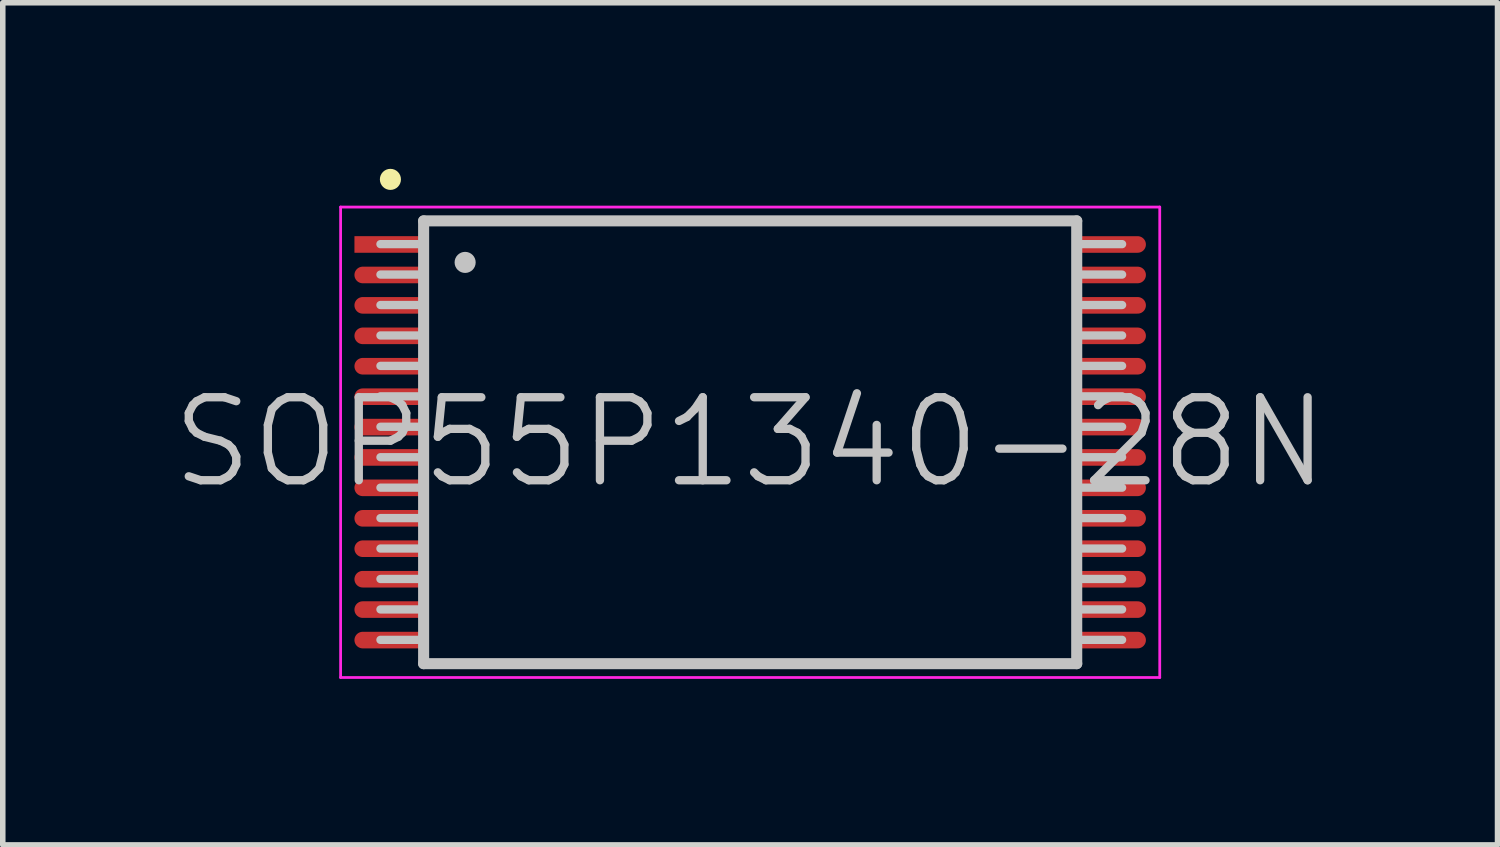
<source format=kicad_pcb>
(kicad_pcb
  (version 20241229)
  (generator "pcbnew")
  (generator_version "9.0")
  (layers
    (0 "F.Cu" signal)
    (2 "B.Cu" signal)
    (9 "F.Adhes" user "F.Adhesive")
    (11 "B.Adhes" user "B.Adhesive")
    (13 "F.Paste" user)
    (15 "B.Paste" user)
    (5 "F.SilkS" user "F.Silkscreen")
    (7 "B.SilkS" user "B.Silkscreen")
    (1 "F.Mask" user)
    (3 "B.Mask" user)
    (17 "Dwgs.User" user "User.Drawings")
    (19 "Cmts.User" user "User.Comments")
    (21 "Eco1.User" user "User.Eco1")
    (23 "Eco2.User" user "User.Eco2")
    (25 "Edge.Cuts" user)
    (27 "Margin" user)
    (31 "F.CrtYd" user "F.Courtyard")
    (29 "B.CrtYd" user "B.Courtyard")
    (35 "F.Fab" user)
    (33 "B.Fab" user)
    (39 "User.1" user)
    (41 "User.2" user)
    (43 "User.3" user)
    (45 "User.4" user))
  (footprint "SOP55P1340-28N"
    (layer "F.Cu")
    (at 10.504 4.941)
    (property "Reference" "SOP55P1340-28N" (at 0 0 0) (layer "Dwgs.User") (effects (font (size 1.5 1.5) (thickness 0.15))))
    (attr smd)
    (fp_line (start -6.5 -4.75) (end -6.5 -4.75) (stroke (width 0.381) (type solid)) (layer "F.SilkS"))
    (fp_line (start -6.68 -3.58) (end -5.88 -3.58) (stroke (width 0.15) (type solid)) (layer "Dwgs.User"))
    (fp_line (start -6.68 -3.03) (end -5.88 -3.03) (stroke (width 0.15) (type solid)) (layer "Dwgs.User"))
    (fp_line (start -6.68 -2.48) (end -5.88 -2.48) (stroke (width 0.15) (type solid)) (layer "Dwgs.User"))
    (fp_line (start -6.68 -1.93) (end -5.88 -1.93) (stroke (width 0.15) (type solid)) (layer "Dwgs.User"))
    (fp_line (start -6.68 -1.38) (end -5.88 -1.38) (stroke (width 0.15) (type solid)) (layer "Dwgs.User"))
    (fp_line (start -6.68 -0.83) (end -5.88 -0.83) (stroke (width 0.15) (type solid)) (layer "Dwgs.User"))
    (fp_line (start -6.68 -0.28) (end -5.88 -0.28) (stroke (width 0.15) (type solid)) (layer "Dwgs.User"))
    (fp_line (start -6.68 0.27) (end -5.88 0.27) (stroke (width 0.15) (type solid)) (layer "Dwgs.User"))
    (fp_line (start -6.68 0.82) (end -5.88 0.82) (stroke (width 0.15) (type solid)) (layer "Dwgs.User"))
    (fp_line (start -6.68 1.37) (end -5.88 1.37) (stroke (width 0.15) (type solid)) (layer "Dwgs.User"))
    (fp_line (start -6.68 1.92) (end -5.88 1.92) (stroke (width 0.15) (type solid)) (layer "Dwgs.User"))
    (fp_line (start -6.68 2.47) (end -5.88 2.47) (stroke (width 0.15) (type solid)) (layer "Dwgs.User"))
    (fp_line (start -6.68 3.02) (end -5.88 3.02) (stroke (width 0.15) (type solid)) (layer "Dwgs.User"))
    (fp_line (start -6.68 3.57) (end -5.88 3.57) (stroke (width 0.15) (type solid)) (layer "Dwgs.User"))
    (fp_line (start -5.9 -4) (end -5.9 4) (stroke (width 0.2) (type solid)) (layer "Dwgs.User"))
    (fp_line (start -5.9 -4) (end 5.9 -4) (stroke (width 0.2) (type solid)) (layer "Dwgs.User"))
    (fp_line (start -5.9 4) (end 5.9 4) (stroke (width 0.2) (type solid)) (layer "Dwgs.User"))
    (fp_line (start -5.15 -3.25) (end -5.15 -3.25) (stroke (width 0.381) (type solid)) (layer "Dwgs.User"))
    (fp_line (start 5.9 -4) (end 5.9 4) (stroke (width 0.2) (type solid)) (layer "Dwgs.User"))
    (fp_line (start 5.92 -3.58) (end 6.72 -3.58) (stroke (width 0.15) (type solid)) (layer "Dwgs.User"))
    (fp_line (start 5.92 -3.03) (end 6.72 -3.03) (stroke (width 0.15) (type solid)) (layer "Dwgs.User"))
    (fp_line (start 5.92 -2.48) (end 6.72 -2.48) (stroke (width 0.15) (type solid)) (layer "Dwgs.User"))
    (fp_line (start 5.92 -1.93) (end 6.72 -1.93) (stroke (width 0.15) (type solid)) (layer "Dwgs.User"))
    (fp_line (start 5.92 -1.38) (end 6.72 -1.38) (stroke (width 0.15) (type solid)) (layer "Dwgs.User"))
    (fp_line (start 5.92 -0.83) (end 6.72 -0.83) (stroke (width 0.15) (type solid)) (layer "Dwgs.User"))
    (fp_line (start 5.92 -0.28) (end 6.72 -0.28) (stroke (width 0.15) (type solid)) (layer "Dwgs.User"))
    (fp_line (start 5.92 0.27) (end 6.72 0.27) (stroke (width 0.15) (type solid)) (layer "Dwgs.User"))
    (fp_line (start 5.92 0.82) (end 6.72 0.82) (stroke (width 0.15) (type solid)) (layer "Dwgs.User"))
    (fp_line (start 5.92 1.37) (end 6.72 1.37) (stroke (width 0.15) (type solid)) (layer "Dwgs.User"))
    (fp_line (start 5.92 1.92) (end 6.72 1.92) (stroke (width 0.15) (type solid)) (layer "Dwgs.User"))
    (fp_line (start 5.92 2.47) (end 6.72 2.47) (stroke (width 0.15) (type solid)) (layer "Dwgs.User"))
    (fp_line (start 5.92 3.02) (end 6.72 3.02) (stroke (width 0.15) (type solid)) (layer "Dwgs.User"))
    (fp_line (start 5.92 3.57) (end 6.72 3.57) (stroke (width 0.15) (type solid)) (layer "Dwgs.User"))
    (fp_line (start -7.4 -4.25) (end -7.4 4.25) (stroke (width 0.05) (type solid)) (layer "F.CrtYd"))
    (fp_line (start -7.4 -4.25) (end 7.4 -4.25) (stroke (width 0.05) (type solid)) (layer "F.CrtYd"))
    (fp_line (start -7.4 4.25) (end 7.4 4.25) (stroke (width 0.05) (type solid)) (layer "F.CrtYd"))
    (fp_line (start 7.4 -4.25) (end 7.4 4.25) (stroke (width 0.05) (type solid)) (layer "F.CrtYd"))
    (pad "1" smd rect (at -6.5 -3.574 90) (size 0.3 1.3) (layers "F.Cu" "F.Mask" "F.Paste"))
    (pad "2" smd oval (at -6.5 -3.023 90) (size 0.3 1.3) (layers "F.Cu" "F.Mask" "F.Paste"))
    (pad "3" smd oval (at -6.5 -2.474 90) (size 0.3 1.3) (layers "F.Cu" "F.Mask" "F.Paste"))
    (pad "4" smd oval (at -6.5 -1.923 90) (size 0.3 1.3) (layers "F.Cu" "F.Mask" "F.Paste"))
    (pad "5" smd oval (at -6.5 -1.374 90) (size 0.3 1.3) (layers "F.Cu" "F.Mask" "F.Paste"))
    (pad "6" smd oval (at -6.5 -0.823 90) (size 0.3 1.3) (layers "F.Cu" "F.Mask" "F.Paste"))
    (pad "7" smd oval (at -6.5 -0.274 90) (size 0.3 1.3) (layers "F.Cu" "F.Mask" "F.Paste"))
    (pad "8" smd oval (at -6.5 0.274 90) (size 0.3 1.3) (layers "F.Cu" "F.Mask" "F.Paste"))
    (pad "9" smd oval (at -6.5 0.823 90) (size 0.3 1.3) (layers "F.Cu" "F.Mask" "F.Paste"))
    (pad "10" smd oval (at -6.5 1.374 90) (size 0.3 1.3) (layers "F.Cu" "F.Mask" "F.Paste"))
    (pad "11" smd oval (at -6.5 1.923 90) (size 0.3 1.3) (layers "F.Cu" "F.Mask" "F.Paste"))
    (pad "12" smd oval (at -6.5 2.474 90) (size 0.3 1.3) (layers "F.Cu" "F.Mask" "F.Paste"))
    (pad "13" smd oval (at -6.5 3.023 90) (size 0.3 1.3) (layers "F.Cu" "F.Mask" "F.Paste"))
    (pad "14" smd oval (at -6.5 3.574 90) (size 0.3 1.3) (layers "F.Cu" "F.Mask" "F.Paste"))
    (pad "15" smd oval (at 6.5 3.574 270) (size 0.3 1.3) (layers "F.Cu" "F.Mask" "F.Paste"))
    (pad "16" smd oval (at 6.5 3.023 270) (size 0.3 1.3) (layers "F.Cu" "F.Mask" "F.Paste"))
    (pad "17" smd oval (at 6.5 2.474 270) (size 0.3 1.3) (layers "F.Cu" "F.Mask" "F.Paste"))
    (pad "18" smd oval (at 6.5 1.923 270) (size 0.3 1.3) (layers "F.Cu" "F.Mask" "F.Paste"))
    (pad "19" smd oval (at 6.5 1.374 270) (size 0.3 1.3) (layers "F.Cu" "F.Mask" "F.Paste"))
    (pad "20" smd oval (at 6.5 0.823 270) (size 0.3 1.3) (layers "F.Cu" "F.Mask" "F.Paste"))
    (pad "21" smd oval (at 6.5 0.274 270) (size 0.3 1.3) (layers "F.Cu" "F.Mask" "F.Paste"))
    (pad "22" smd oval (at 6.5 -0.274 270) (size 0.3 1.3) (layers "F.Cu" "F.Mask" "F.Paste"))
    (pad "23" smd oval (at 6.5 -0.823 270) (size 0.3 1.3) (layers "F.Cu" "F.Mask" "F.Paste"))
    (pad "24" smd oval (at 6.5 -1.374 270) (size 0.3 1.3) (layers "F.Cu" "F.Mask" "F.Paste"))
    (pad "25" smd oval (at 6.5 -1.923 270) (size 0.3 1.3) (layers "F.Cu" "F.Mask" "F.Paste"))
    (pad "26" smd oval (at 6.5 -2.474 270) (size 0.3 1.3) (layers "F.Cu" "F.Mask" "F.Paste"))
    (pad "27" smd oval (at 6.5 -3.023 270) (size 0.3 1.3) (layers "F.Cu" "F.Mask" "F.Paste"))
    (pad "28" smd oval (at 6.5 -3.574 270) (size 0.3 1.3) (layers "F.Cu" "F.Mask" "F.Paste")))
  (gr_rect
    (start -3 -3)
    (end 24.007 12.216)
    (stroke (width 0.1) (type default))
    (fill no)
    (layer "Edge.Cuts")))
</source>
